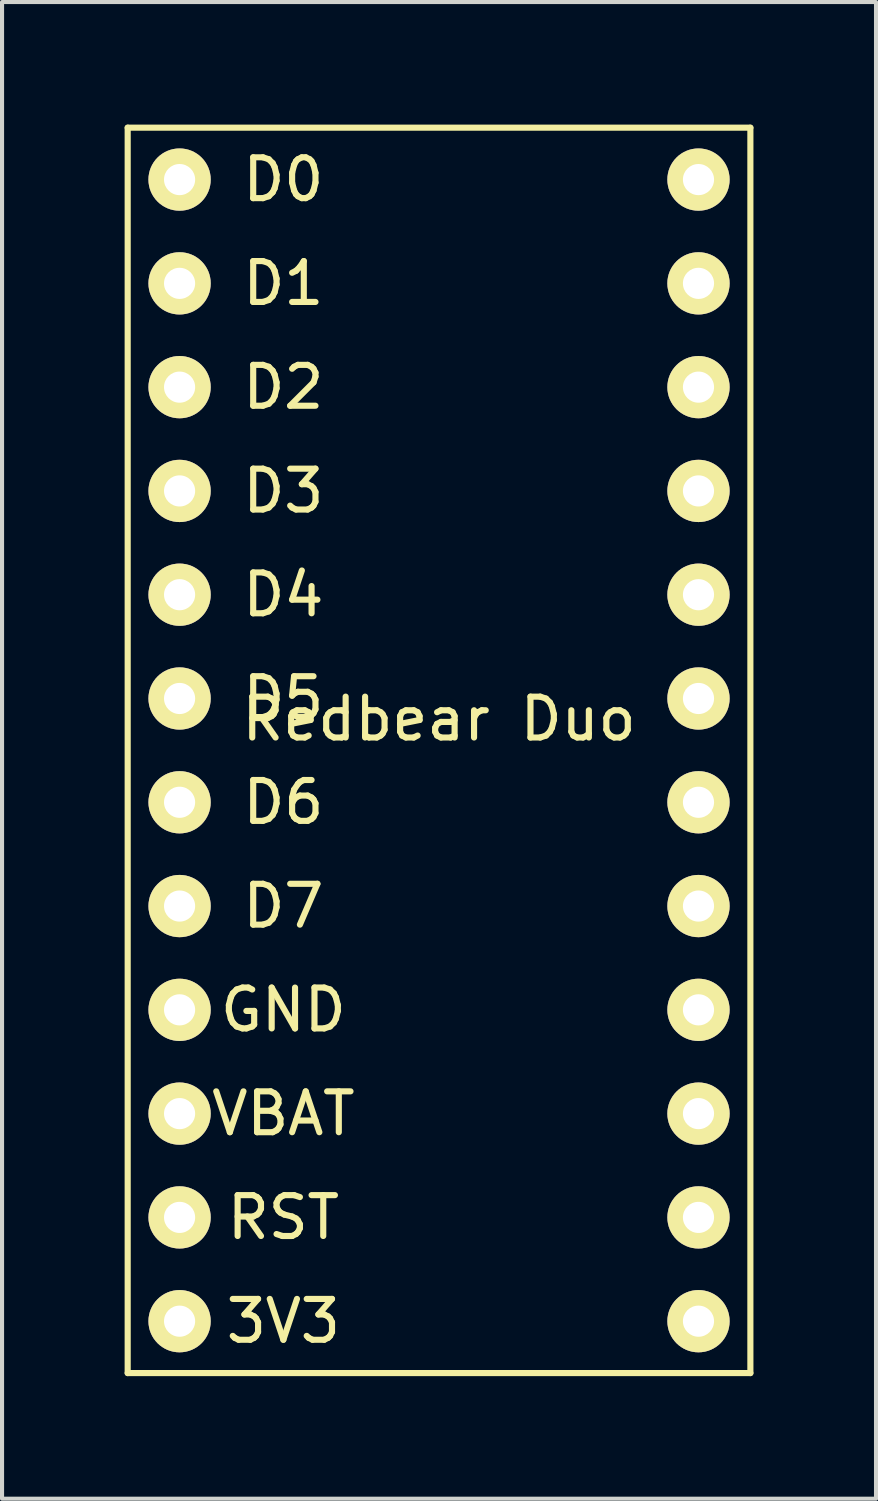
<source format=kicad_pcb>
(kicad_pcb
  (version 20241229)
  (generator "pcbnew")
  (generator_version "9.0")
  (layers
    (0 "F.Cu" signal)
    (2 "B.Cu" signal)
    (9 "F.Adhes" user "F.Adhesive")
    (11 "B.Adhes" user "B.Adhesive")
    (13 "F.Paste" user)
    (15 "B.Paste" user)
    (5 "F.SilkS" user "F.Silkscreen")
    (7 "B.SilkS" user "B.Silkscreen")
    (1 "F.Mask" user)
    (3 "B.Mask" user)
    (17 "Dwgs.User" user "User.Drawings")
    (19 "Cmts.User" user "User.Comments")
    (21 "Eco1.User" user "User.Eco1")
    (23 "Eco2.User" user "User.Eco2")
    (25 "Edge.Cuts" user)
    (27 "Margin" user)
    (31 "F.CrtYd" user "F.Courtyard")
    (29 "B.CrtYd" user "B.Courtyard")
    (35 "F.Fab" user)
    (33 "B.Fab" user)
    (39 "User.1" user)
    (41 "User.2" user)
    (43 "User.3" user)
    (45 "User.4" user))
  (footprint "Redbear Duo"
    (layer "F.Cu")
    (at 7.695 14.045)
    (property "Reference" "Redbear Duo" (at 0 0.5 0) (layer "F.SilkS") (effects (font (size 1 1) (thickness 0.15))))
    (attr through_hole)
    (fp_line (start -7.62 -13.97) (end 7.62 -13.97) (stroke (width 0.15) (type solid)) (layer "F.SilkS"))
    (fp_line (start -7.62 16.51) (end -7.62 -13.97) (stroke (width 0.15) (type solid)) (layer "F.SilkS"))
    (fp_line (start 7.62 -13.97) (end 7.62 16.51) (stroke (width 0.15) (type solid)) (layer "F.SilkS"))
    (fp_line (start 7.62 16.51) (end -7.62 16.51) (stroke (width 0.15) (type solid)) (layer "F.SilkS"))
    (fp_text user "D3" (at -3.81 -5.08 0) (layer "F.SilkS") (effects (font (size 1 1) (thickness 0.15))))
    (fp_text user "D1" (at -3.81 -10.16 0) (layer "F.SilkS") (effects (font (size 1 1) (thickness 0.15))))
    (fp_text user "D6" (at -3.81 2.54 0) (layer "F.SilkS") (effects (font (size 1 1) (thickness 0.15))))
    (fp_text user "VBAT" (at -3.81 10.16 0) (layer "F.SilkS") (effects (font (size 1 1) (thickness 0.15))))
    (fp_text user "RST" (at -3.81 12.7 0) (layer "F.SilkS") (effects (font (size 1 1) (thickness 0.15))))
    (fp_text user "D7" (at -3.81 5.08 0) (layer "F.SilkS") (effects (font (size 1 1) (thickness 0.15))))
    (fp_text user "D0" (at -3.81 -12.7 0) (layer "F.SilkS") (effects (font (size 1 1) (thickness 0.15))))
    (fp_text user "D4" (at -3.81 -2.54 0) (layer "F.SilkS") (effects (font (size 1 1) (thickness 0.15))))
    (fp_text user "D5" (at -3.81 0 0) (layer "F.SilkS") (effects (font (size 1 1) (thickness 0.15))))
    (fp_text user "3V3" (at -3.81 15.24 0) (layer "F.SilkS") (effects (font (size 1 1) (thickness 0.15))))
    (fp_text user "D2" (at -3.81 -7.62 0) (layer "F.SilkS") (effects (font (size 1 1) (thickness 0.15))))
    (fp_text user "GND" (at -3.81 7.62 0) (layer "F.SilkS") (effects (font (size 1 1) (thickness 0.15))))
    (pad "1" thru_hole circle (at -6.35 -12.7) (size 1.524 1.524) (drill 0.762) (layers "*.Cu" "*.Mask" "F.SilkS"))
    (pad "2" thru_hole circle (at -6.35 -10.16) (size 1.524 1.524) (drill 0.762) (layers "*.Cu" "*.Mask" "F.SilkS"))
    (pad "3" thru_hole circle (at -6.35 -7.62) (size 1.524 1.524) (drill 0.762) (layers "*.Cu" "*.Mask" "F.SilkS"))
    (pad "4" thru_hole circle (at -6.35 -5.08) (size 1.524 1.524) (drill 0.762) (layers "*.Cu" "*.Mask" "F.SilkS"))
    (pad "5" thru_hole circle (at -6.35 -2.54) (size 1.524 1.524) (drill 0.762) (layers "*.Cu" "*.Mask" "F.SilkS"))
    (pad "6" thru_hole circle (at -6.35 0) (size 1.524 1.524) (drill 0.762) (layers "*.Cu" "*.Mask" "F.SilkS"))
    (pad "7" thru_hole circle (at -6.35 2.54) (size 1.524 1.524) (drill 0.762) (layers "*.Cu" "*.Mask" "F.SilkS"))
    (pad "8" thru_hole circle (at -6.35 5.08) (size 1.524 1.524) (drill 0.762) (layers "*.Cu" "*.Mask" "F.SilkS"))
    (pad "9" thru_hole circle (at -6.35 7.62) (size 1.524 1.524) (drill 0.762) (layers "*.Cu" "*.Mask" "F.SilkS"))
    (pad "10" thru_hole circle (at -6.35 10.16) (size 1.524 1.524) (drill 0.762) (layers "*.Cu" "*.Mask" "F.SilkS"))
    (pad "11" thru_hole circle (at -6.35 12.7) (size 1.524 1.524) (drill 0.762) (layers "*.Cu" "*.Mask" "F.SilkS"))
    (pad "12" thru_hole circle (at -6.35 15.24) (size 1.524 1.524) (drill 0.762) (layers "*.Cu" "*.Mask" "F.SilkS"))
    (pad "13" thru_hole circle (at 6.35 -12.7) (size 1.524 1.524) (drill 0.762) (layers "*.Cu" "*.Mask" "F.SilkS"))
    (pad "14" thru_hole circle (at 6.35 -10.16) (size 1.524 1.524) (drill 0.762) (layers "*.Cu" "*.Mask" "F.SilkS"))
    (pad "15" thru_hole circle (at 6.35 -7.62) (size 1.524 1.524) (drill 0.762) (layers "*.Cu" "*.Mask" "F.SilkS"))
    (pad "16" thru_hole circle (at 6.35 -5.08) (size 1.524 1.524) (drill 0.762) (layers "*.Cu" "*.Mask" "F.SilkS"))
    (pad "17" thru_hole circle (at 6.35 -2.54) (size 1.524 1.524) (drill 0.762) (layers "*.Cu" "*.Mask" "F.SilkS"))
    (pad "18" thru_hole circle (at 6.35 0) (size 1.524 1.524) (drill 0.762) (layers "*.Cu" "*.Mask" "F.SilkS"))
    (pad "19" thru_hole circle (at 6.35 2.54) (size 1.524 1.524) (drill 0.762) (layers "*.Cu" "*.Mask" "F.SilkS"))
    (pad "20" thru_hole circle (at 6.35 5.08) (size 1.524 1.524) (drill 0.762) (layers "*.Cu" "*.Mask" "F.SilkS"))
    (pad "21" thru_hole circle (at 6.35 7.62) (size 1.524 1.524) (drill 0.762) (layers "*.Cu" "*.Mask" "F.SilkS"))
    (pad "22" thru_hole circle (at 6.35 10.16) (size 1.524 1.524) (drill 0.762) (layers "*.Cu" "*.Mask" "F.SilkS"))
    (pad "23" thru_hole circle (at 6.35 12.7) (size 1.524 1.524) (drill 0.762) (layers "*.Cu" "*.Mask" "F.SilkS"))
    (pad "24" thru_hole circle (at 6.35 15.24) (size 1.524 1.524) (drill 0.762) (layers "*.Cu" "*.Mask" "F.SilkS")))
  (gr_rect
    (start -3 -3)
    (end 18.39 33.63)
    (stroke (width 0.1) (type default))
    (fill no)
    (layer "Edge.Cuts")))
</source>
